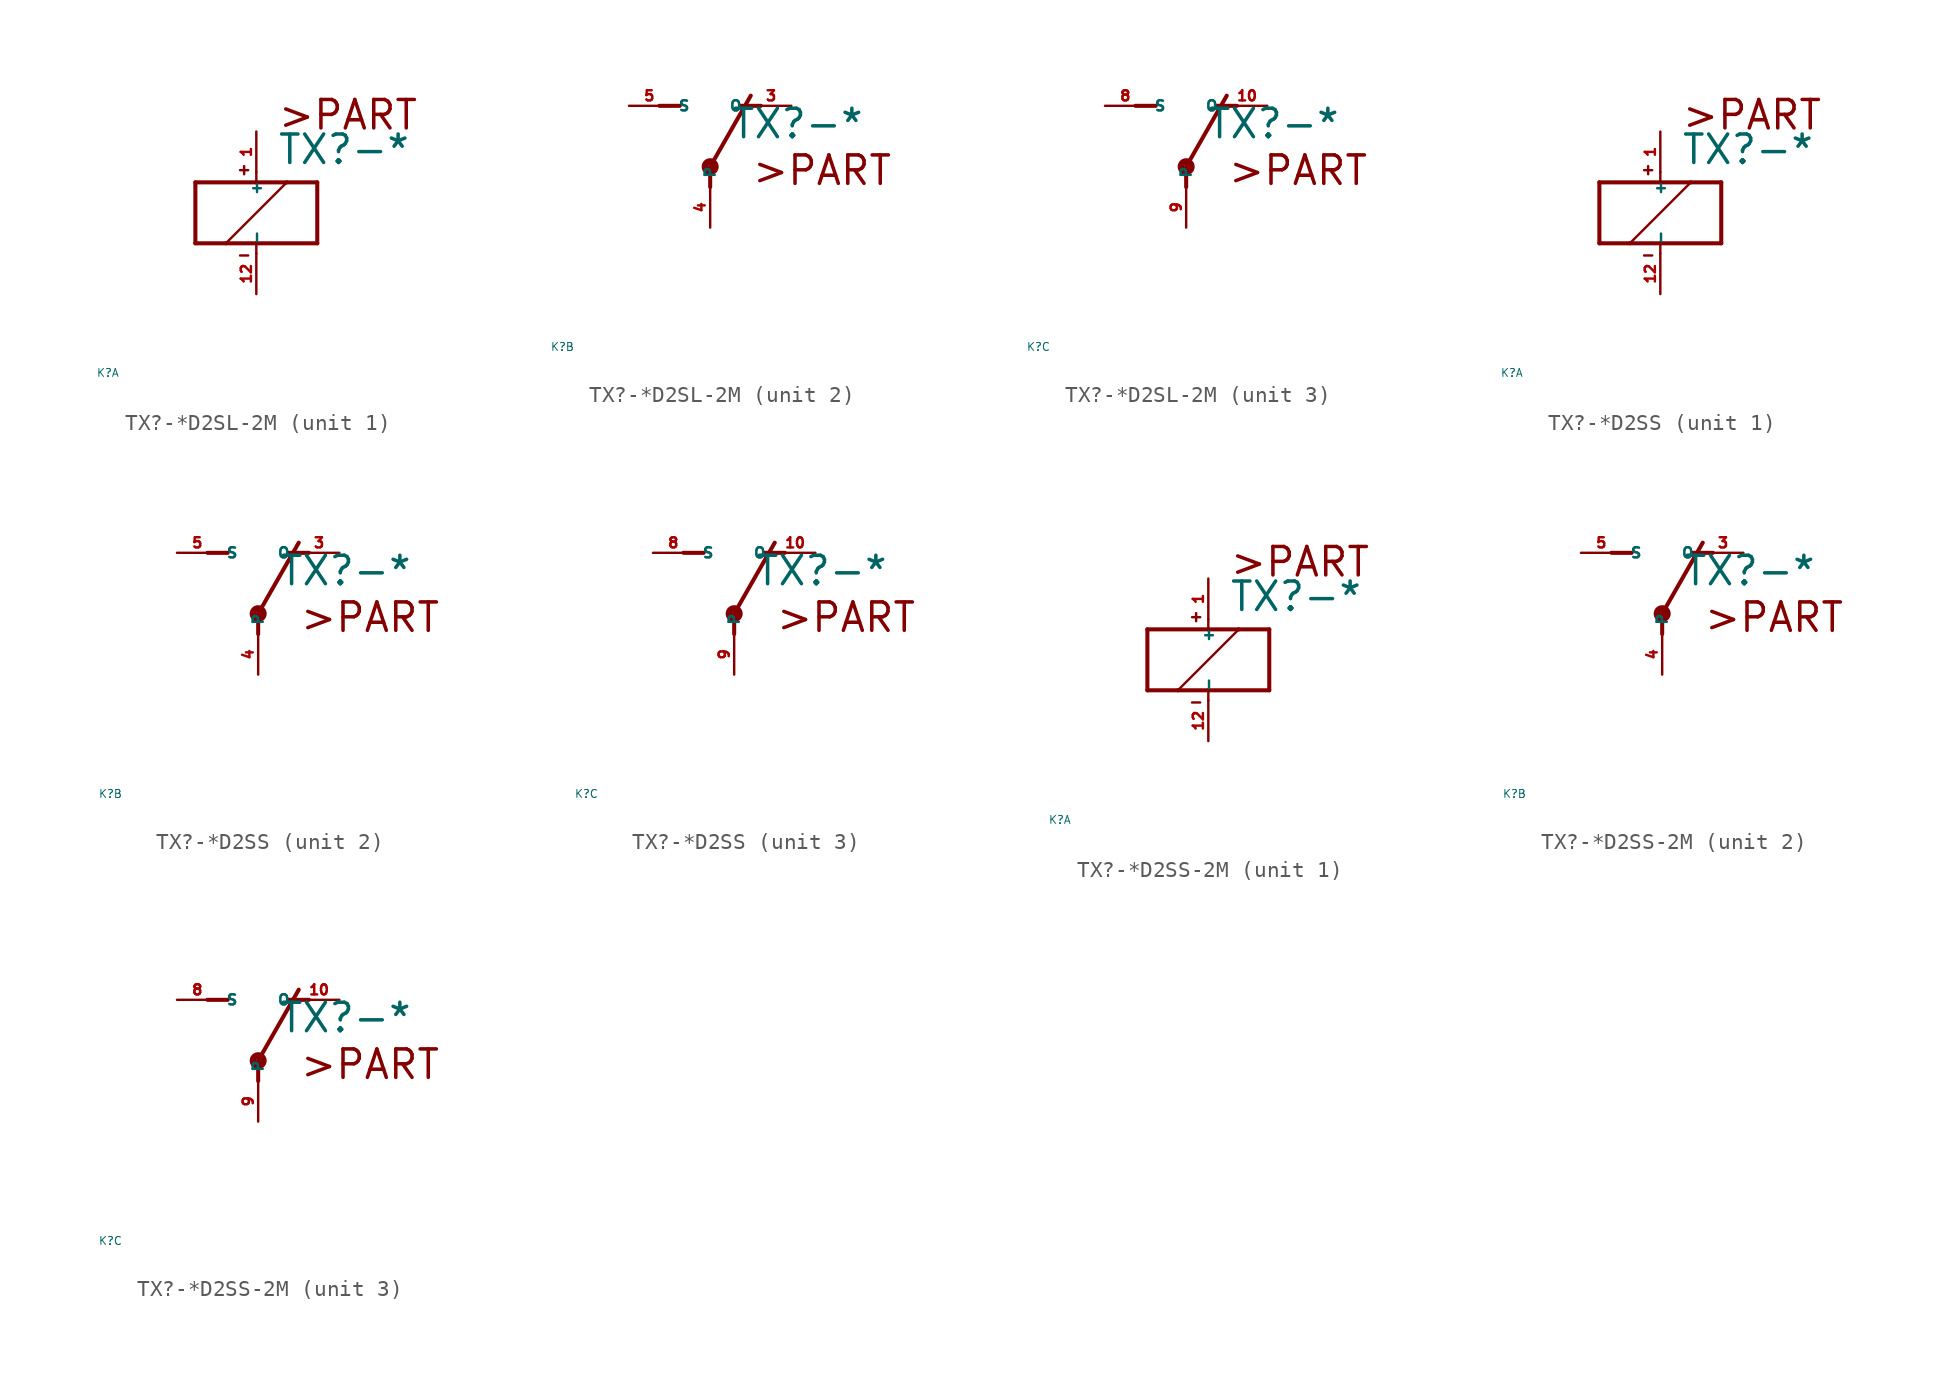
<source format=kicad_sym>
(kicad_symbol_lib
  (version 20220914)
  (generator Eagle2Kicad)
  (symbol "TX?-*D2SL-2M"
    (property "Reference" "K"
      (at -10 -10 0)
      (effects (font (size 0.5 0.5) (thickness 0.06)) (justify left)))
    (property "Value" "TX?-*"
      (at 1.27 2.921 0)
      (effects (font (size 1.778 1.778) (thickness 0.22)) (justify left bottom)))
    (symbol "TX?-*D2SL-2M_1_0"
      (polyline (pts (xy -3.81 -1.905) (xy -1.905 -1.905)) (stroke (width 0.254) (type default)) (fill (type none)))
      (polyline (pts (xy 3.81 -1.905) (xy 3.81 1.905)) (stroke (width 0.254) (type default)) (fill (type none)))
      (polyline (pts (xy 3.81 1.905) (xy 1.905 1.905)) (stroke (width 0.254) (type default)) (fill (type none)))
      (polyline (pts (xy -3.81 1.905) (xy -3.81 -1.905)) (stroke (width 0.254) (type default)) (fill (type none)))
      (polyline (pts (xy 0 -2.54) (xy 0 -1.905)) (stroke (width 0.152) (type default)) (fill (type none)))
      (polyline (pts (xy 0 -1.905) (xy 3.81 -1.905)) (stroke (width 0.254) (type default)) (fill (type none)))
      (polyline (pts (xy 0 2.54) (xy 0 1.905)) (stroke (width 0.152) (type default)) (fill (type none)))
      (polyline (pts (xy 0 1.905) (xy -3.81 1.905)) (stroke (width 0.254) (type default)) (fill (type none)))
      (polyline (pts (xy -1.905 -1.905) (xy 1.905 1.905)) (stroke (width 0.152) (type default)) (fill (type none)))
      (polyline (pts (xy -1.905 -1.905) (xy 0 -1.905)) (stroke (width 0.254) (type default)) (fill (type none)))
      (polyline (pts (xy 1.905 1.905) (xy 0 1.905)) (stroke (width 0.254) (type default)) (fill (type none)))
      (polyline (pts (xy -1.016 2.667) (xy -0.508 2.667)) (stroke (width 0.152) (type default)) (fill (type none)))
      (polyline (pts (xy -0.762 2.921) (xy -0.762 2.413)) (stroke (width 0.152) (type default)) (fill (type none)))
      (polyline (pts (xy -1.016 -2.667) (xy -0.508 -2.667)) (stroke (width 0.152) (type default)) (fill (type none)))
      (text ">PART" (at 1.27 5.08 0) (effects (font (size 1.778 1.778) (thickness 0.22)) (justify left bottom)))
      (pin passive line (at 0 -5.08 90) (length 2.54) (name "-" (effects (font (size 0.635 0.635) (thickness 0.08)) (justify left bottom))) (number "12" (effects (font (size 0.635 0.635) (thickness 0.08)) (justify left bottom))))
      (pin passive line (at 0 5.08 270) (length 2.54) (name "+" (effects (font (size 0.635 0.635) (thickness 0.08)) (justify left bottom))) (number "1" (effects (font (size 0.635 0.635) (thickness 0.08)) (justify left bottom)))))
    (symbol "TX?-*D2SL-2M_2_0"
      (polyline (pts (xy 3.175 5.08) (xy 1.905 5.08)) (stroke (width 0.254) (type default)) (fill (type none)))
      (polyline (pts (xy -3.175 5.08) (xy -1.905 5.08)) (stroke (width 0.254) (type default)) (fill (type none)))
      (polyline (pts (xy 0 1.27) (xy 2.54 5.715)) (stroke (width 0.254) (type default)) (fill (type none)))
      (polyline (pts (xy 0 1.27) (xy 0 0)) (stroke (width 0.254) (type default)) (fill (type none)))
      (text ">PART" (at 2.54 0 0) (effects (font (size 1.778 1.778) (thickness 0.22)) (justify left bottom)))
      (circle (center 0 1.27) (radius 0.127) (stroke (width 0.406) (type default)) (fill (type none)))
      (pin passive line (at 5.08 5.08 180) (length 2.54) (name "O" (effects (font (size 0.635 0.635) (thickness 0.08)) (justify left bottom))) (number "3" (effects (font (size 0.635 0.635) (thickness 0.08)) (justify left bottom))))
      (pin passive line (at -5.08 5.08 0) (length 2.54) (name "S" (effects (font (size 0.635 0.635) (thickness 0.08)) (justify left bottom))) (number "5" (effects (font (size 0.635 0.635) (thickness 0.08)) (justify left bottom))))
      (pin passive line (at 0 -2.54 90) (length 2.54) (name "P" (effects (font (size 0.635 0.635) (thickness 0.08)) (justify left bottom))) (number "4" (effects (font (size 0.635 0.635) (thickness 0.08)) (justify left bottom)))))
    (symbol "TX?-*D2SL-2M_3_0"
      (polyline (pts (xy 3.175 5.08) (xy 1.905 5.08)) (stroke (width 0.254) (type default)) (fill (type none)))
      (polyline (pts (xy -3.175 5.08) (xy -1.905 5.08)) (stroke (width 0.254) (type default)) (fill (type none)))
      (polyline (pts (xy 0 1.27) (xy 2.54 5.715)) (stroke (width 0.254) (type default)) (fill (type none)))
      (polyline (pts (xy 0 1.27) (xy 0 0)) (stroke (width 0.254) (type default)) (fill (type none)))
      (text ">PART" (at 2.54 0 0) (effects (font (size 1.778 1.778) (thickness 0.22)) (justify left bottom)))
      (circle (center 0 1.27) (radius 0.127) (stroke (width 0.406) (type default)) (fill (type none)))
      (pin passive line (at 5.08 5.08 180) (length 2.54) (name "O" (effects (font (size 0.635 0.635) (thickness 0.08)) (justify left bottom))) (number "10" (effects (font (size 0.635 0.635) (thickness 0.08)) (justify left bottom))))
      (pin passive line (at -5.08 5.08 0) (length 2.54) (name "S" (effects (font (size 0.635 0.635) (thickness 0.08)) (justify left bottom))) (number "8" (effects (font (size 0.635 0.635) (thickness 0.08)) (justify left bottom))))
      (pin passive line (at 0 -2.54 90) (length 2.54) (name "P" (effects (font (size 0.635 0.635) (thickness 0.08)) (justify left bottom))) (number "9" (effects (font (size 0.635 0.635) (thickness 0.08)) (justify left bottom))))))
  (symbol "TX?-*D2SS"
    (property "Reference" "K"
      (at -10 -10 0)
      (effects (font (size 0.5 0.5) (thickness 0.06)) (justify left)))
    (property "Value" "TX?-*"
      (at 1.27 2.921 0)
      (effects (font (size 1.778 1.778) (thickness 0.22)) (justify left bottom)))
    (symbol "TX?-*D2SS_1_0"
      (polyline (pts (xy -3.81 -1.905) (xy -1.905 -1.905)) (stroke (width 0.254) (type default)) (fill (type none)))
      (polyline (pts (xy 3.81 -1.905) (xy 3.81 1.905)) (stroke (width 0.254) (type default)) (fill (type none)))
      (polyline (pts (xy 3.81 1.905) (xy 1.905 1.905)) (stroke (width 0.254) (type default)) (fill (type none)))
      (polyline (pts (xy -3.81 1.905) (xy -3.81 -1.905)) (stroke (width 0.254) (type default)) (fill (type none)))
      (polyline (pts (xy 0 -2.54) (xy 0 -1.905)) (stroke (width 0.152) (type default)) (fill (type none)))
      (polyline (pts (xy 0 -1.905) (xy 3.81 -1.905)) (stroke (width 0.254) (type default)) (fill (type none)))
      (polyline (pts (xy 0 2.54) (xy 0 1.905)) (stroke (width 0.152) (type default)) (fill (type none)))
      (polyline (pts (xy 0 1.905) (xy -3.81 1.905)) (stroke (width 0.254) (type default)) (fill (type none)))
      (polyline (pts (xy -1.905 -1.905) (xy 1.905 1.905)) (stroke (width 0.152) (type default)) (fill (type none)))
      (polyline (pts (xy -1.905 -1.905) (xy 0 -1.905)) (stroke (width 0.254) (type default)) (fill (type none)))
      (polyline (pts (xy 1.905 1.905) (xy 0 1.905)) (stroke (width 0.254) (type default)) (fill (type none)))
      (polyline (pts (xy -1.016 2.667) (xy -0.508 2.667)) (stroke (width 0.152) (type default)) (fill (type none)))
      (polyline (pts (xy -0.762 2.921) (xy -0.762 2.413)) (stroke (width 0.152) (type default)) (fill (type none)))
      (polyline (pts (xy -1.016 -2.667) (xy -0.508 -2.667)) (stroke (width 0.152) (type default)) (fill (type none)))
      (text ">PART" (at 1.27 5.08 0) (effects (font (size 1.778 1.778) (thickness 0.22)) (justify left bottom)))
      (pin passive line (at 0 -5.08 90) (length 2.54) (name "-" (effects (font (size 0.635 0.635) (thickness 0.08)) (justify left bottom))) (number "12" (effects (font (size 0.635 0.635) (thickness 0.08)) (justify left bottom))))
      (pin passive line (at 0 5.08 270) (length 2.54) (name "+" (effects (font (size 0.635 0.635) (thickness 0.08)) (justify left bottom))) (number "1" (effects (font (size 0.635 0.635) (thickness 0.08)) (justify left bottom)))))
    (symbol "TX?-*D2SS_2_0"
      (polyline (pts (xy 3.175 5.08) (xy 1.905 5.08)) (stroke (width 0.254) (type default)) (fill (type none)))
      (polyline (pts (xy -3.175 5.08) (xy -1.905 5.08)) (stroke (width 0.254) (type default)) (fill (type none)))
      (polyline (pts (xy 0 1.27) (xy 2.54 5.715)) (stroke (width 0.254) (type default)) (fill (type none)))
      (polyline (pts (xy 0 1.27) (xy 0 0)) (stroke (width 0.254) (type default)) (fill (type none)))
      (text ">PART" (at 2.54 0 0) (effects (font (size 1.778 1.778) (thickness 0.22)) (justify left bottom)))
      (circle (center 0 1.27) (radius 0.127) (stroke (width 0.406) (type default)) (fill (type none)))
      (pin passive line (at 5.08 5.08 180) (length 2.54) (name "O" (effects (font (size 0.635 0.635) (thickness 0.08)) (justify left bottom))) (number "3" (effects (font (size 0.635 0.635) (thickness 0.08)) (justify left bottom))))
      (pin passive line (at -5.08 5.08 0) (length 2.54) (name "S" (effects (font (size 0.635 0.635) (thickness 0.08)) (justify left bottom))) (number "5" (effects (font (size 0.635 0.635) (thickness 0.08)) (justify left bottom))))
      (pin passive line (at 0 -2.54 90) (length 2.54) (name "P" (effects (font (size 0.635 0.635) (thickness 0.08)) (justify left bottom))) (number "4" (effects (font (size 0.635 0.635) (thickness 0.08)) (justify left bottom)))))
    (symbol "TX?-*D2SS_3_0"
      (polyline (pts (xy 3.175 5.08) (xy 1.905 5.08)) (stroke (width 0.254) (type default)) (fill (type none)))
      (polyline (pts (xy -3.175 5.08) (xy -1.905 5.08)) (stroke (width 0.254) (type default)) (fill (type none)))
      (polyline (pts (xy 0 1.27) (xy 2.54 5.715)) (stroke (width 0.254) (type default)) (fill (type none)))
      (polyline (pts (xy 0 1.27) (xy 0 0)) (stroke (width 0.254) (type default)) (fill (type none)))
      (text ">PART" (at 2.54 0 0) (effects (font (size 1.778 1.778) (thickness 0.22)) (justify left bottom)))
      (circle (center 0 1.27) (radius 0.127) (stroke (width 0.406) (type default)) (fill (type none)))
      (pin passive line (at 5.08 5.08 180) (length 2.54) (name "O" (effects (font (size 0.635 0.635) (thickness 0.08)) (justify left bottom))) (number "10" (effects (font (size 0.635 0.635) (thickness 0.08)) (justify left bottom))))
      (pin passive line (at -5.08 5.08 0) (length 2.54) (name "S" (effects (font (size 0.635 0.635) (thickness 0.08)) (justify left bottom))) (number "8" (effects (font (size 0.635 0.635) (thickness 0.08)) (justify left bottom))))
      (pin passive line (at 0 -2.54 90) (length 2.54) (name "P" (effects (font (size 0.635 0.635) (thickness 0.08)) (justify left bottom))) (number "9" (effects (font (size 0.635 0.635) (thickness 0.08)) (justify left bottom))))))
  (symbol "TX?-*D2SS-2M"
    (property "Reference" "K"
      (at -10 -10 0)
      (effects (font (size 0.5 0.5) (thickness 0.06)) (justify left)))
    (property "Value" "TX?-*"
      (at 1.27 2.921 0)
      (effects (font (size 1.778 1.778) (thickness 0.22)) (justify left bottom)))
    (symbol "TX?-*D2SS-2M_1_0"
      (polyline (pts (xy -3.81 -1.905) (xy -1.905 -1.905)) (stroke (width 0.254) (type default)) (fill (type none)))
      (polyline (pts (xy 3.81 -1.905) (xy 3.81 1.905)) (stroke (width 0.254) (type default)) (fill (type none)))
      (polyline (pts (xy 3.81 1.905) (xy 1.905 1.905)) (stroke (width 0.254) (type default)) (fill (type none)))
      (polyline (pts (xy -3.81 1.905) (xy -3.81 -1.905)) (stroke (width 0.254) (type default)) (fill (type none)))
      (polyline (pts (xy 0 -2.54) (xy 0 -1.905)) (stroke (width 0.152) (type default)) (fill (type none)))
      (polyline (pts (xy 0 -1.905) (xy 3.81 -1.905)) (stroke (width 0.254) (type default)) (fill (type none)))
      (polyline (pts (xy 0 2.54) (xy 0 1.905)) (stroke (width 0.152) (type default)) (fill (type none)))
      (polyline (pts (xy 0 1.905) (xy -3.81 1.905)) (stroke (width 0.254) (type default)) (fill (type none)))
      (polyline (pts (xy -1.905 -1.905) (xy 1.905 1.905)) (stroke (width 0.152) (type default)) (fill (type none)))
      (polyline (pts (xy -1.905 -1.905) (xy 0 -1.905)) (stroke (width 0.254) (type default)) (fill (type none)))
      (polyline (pts (xy 1.905 1.905) (xy 0 1.905)) (stroke (width 0.254) (type default)) (fill (type none)))
      (polyline (pts (xy -1.016 2.667) (xy -0.508 2.667)) (stroke (width 0.152) (type default)) (fill (type none)))
      (polyline (pts (xy -0.762 2.921) (xy -0.762 2.413)) (stroke (width 0.152) (type default)) (fill (type none)))
      (polyline (pts (xy -1.016 -2.667) (xy -0.508 -2.667)) (stroke (width 0.152) (type default)) (fill (type none)))
      (text ">PART" (at 1.27 5.08 0) (effects (font (size 1.778 1.778) (thickness 0.22)) (justify left bottom)))
      (pin passive line (at 0 -5.08 90) (length 2.54) (name "-" (effects (font (size 0.635 0.635) (thickness 0.08)) (justify left bottom))) (number "12" (effects (font (size 0.635 0.635) (thickness 0.08)) (justify left bottom))))
      (pin passive line (at 0 5.08 270) (length 2.54) (name "+" (effects (font (size 0.635 0.635) (thickness 0.08)) (justify left bottom))) (number "1" (effects (font (size 0.635 0.635) (thickness 0.08)) (justify left bottom)))))
    (symbol "TX?-*D2SS-2M_2_0"
      (polyline (pts (xy 3.175 5.08) (xy 1.905 5.08)) (stroke (width 0.254) (type default)) (fill (type none)))
      (polyline (pts (xy -3.175 5.08) (xy -1.905 5.08)) (stroke (width 0.254) (type default)) (fill (type none)))
      (polyline (pts (xy 0 1.27) (xy 2.54 5.715)) (stroke (width 0.254) (type default)) (fill (type none)))
      (polyline (pts (xy 0 1.27) (xy 0 0)) (stroke (width 0.254) (type default)) (fill (type none)))
      (text ">PART" (at 2.54 0 0) (effects (font (size 1.778 1.778) (thickness 0.22)) (justify left bottom)))
      (circle (center 0 1.27) (radius 0.127) (stroke (width 0.406) (type default)) (fill (type none)))
      (pin passive line (at 5.08 5.08 180) (length 2.54) (name "O" (effects (font (size 0.635 0.635) (thickness 0.08)) (justify left bottom))) (number "3" (effects (font (size 0.635 0.635) (thickness 0.08)) (justify left bottom))))
      (pin passive line (at -5.08 5.08 0) (length 2.54) (name "S" (effects (font (size 0.635 0.635) (thickness 0.08)) (justify left bottom))) (number "5" (effects (font (size 0.635 0.635) (thickness 0.08)) (justify left bottom))))
      (pin passive line (at 0 -2.54 90) (length 2.54) (name "P" (effects (font (size 0.635 0.635) (thickness 0.08)) (justify left bottom))) (number "4" (effects (font (size 0.635 0.635) (thickness 0.08)) (justify left bottom)))))
    (symbol "TX?-*D2SS-2M_3_0"
      (polyline (pts (xy 3.175 5.08) (xy 1.905 5.08)) (stroke (width 0.254) (type default)) (fill (type none)))
      (polyline (pts (xy -3.175 5.08) (xy -1.905 5.08)) (stroke (width 0.254) (type default)) (fill (type none)))
      (polyline (pts (xy 0 1.27) (xy 2.54 5.715)) (stroke (width 0.254) (type default)) (fill (type none)))
      (polyline (pts (xy 0 1.27) (xy 0 0)) (stroke (width 0.254) (type default)) (fill (type none)))
      (text ">PART" (at 2.54 0 0) (effects (font (size 1.778 1.778) (thickness 0.22)) (justify left bottom)))
      (circle (center 0 1.27) (radius 0.127) (stroke (width 0.406) (type default)) (fill (type none)))
      (pin passive line (at 5.08 5.08 180) (length 2.54) (name "O" (effects (font (size 0.635 0.635) (thickness 0.08)) (justify left bottom))) (number "10" (effects (font (size 0.635 0.635) (thickness 0.08)) (justify left bottom))))
      (pin passive line (at -5.08 5.08 0) (length 2.54) (name "S" (effects (font (size 0.635 0.635) (thickness 0.08)) (justify left bottom))) (number "8" (effects (font (size 0.635 0.635) (thickness 0.08)) (justify left bottom))))
      (pin passive line (at 0 -2.54 90) (length 2.54) (name "P" (effects (font (size 0.635 0.635) (thickness 0.08)) (justify left bottom))) (number "9" (effects (font (size 0.635 0.635) (thickness 0.08)) (justify left bottom)))))))
</source>
